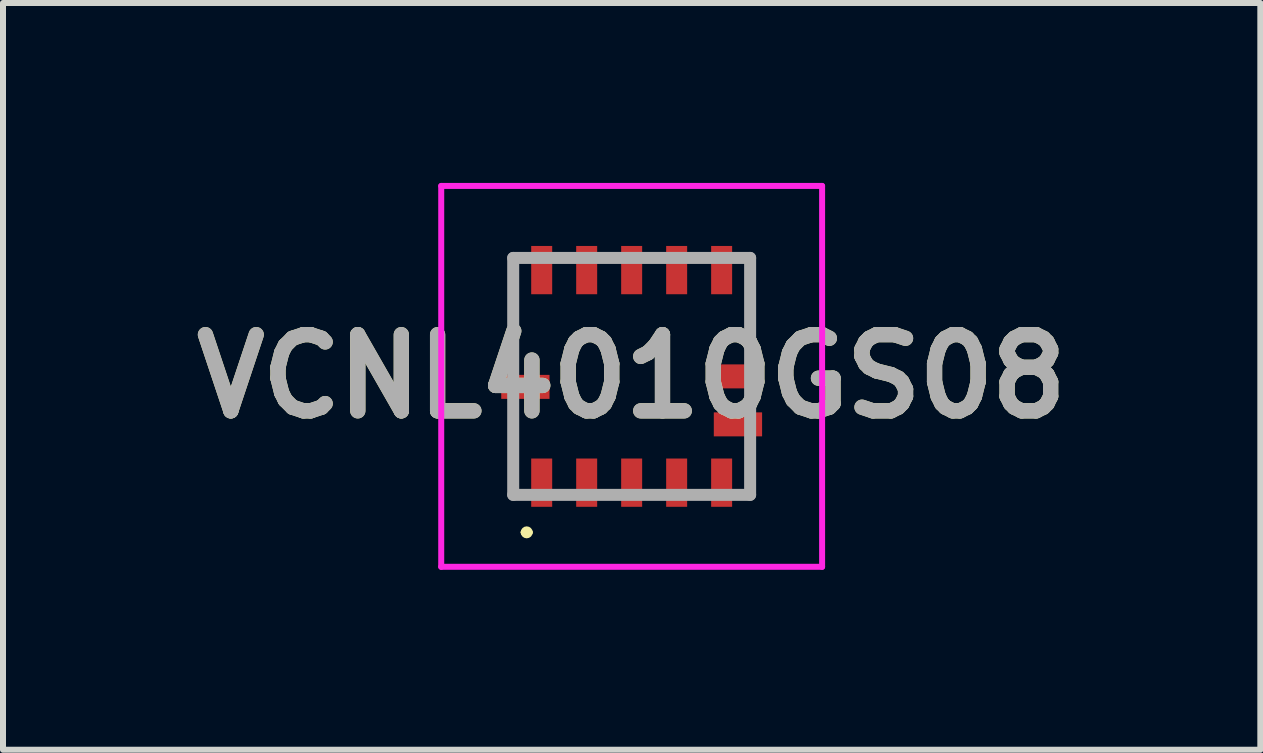
<source format=kicad_pcb>
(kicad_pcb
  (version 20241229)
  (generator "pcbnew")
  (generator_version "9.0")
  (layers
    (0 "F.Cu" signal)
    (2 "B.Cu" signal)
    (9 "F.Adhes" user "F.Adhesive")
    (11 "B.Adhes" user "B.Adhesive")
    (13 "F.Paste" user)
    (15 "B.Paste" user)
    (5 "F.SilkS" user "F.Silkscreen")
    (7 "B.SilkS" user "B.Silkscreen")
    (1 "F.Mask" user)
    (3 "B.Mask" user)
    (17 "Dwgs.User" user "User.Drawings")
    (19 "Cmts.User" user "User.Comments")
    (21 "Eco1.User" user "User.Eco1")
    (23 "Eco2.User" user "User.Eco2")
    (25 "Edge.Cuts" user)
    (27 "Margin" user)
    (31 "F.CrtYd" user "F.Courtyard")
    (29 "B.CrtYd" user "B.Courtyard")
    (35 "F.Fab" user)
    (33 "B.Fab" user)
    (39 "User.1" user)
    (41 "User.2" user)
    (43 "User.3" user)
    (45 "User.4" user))
  (footprint "VCNL4010GS08"
    (layer "F.Cu")
    (at 7.481 3.225)
    (property "Reference" "VCNL4010GS08" (at 0 0 0) (layer "F.SilkS") (effects (font (size 1.27 1.27) (thickness 0.254))))
    (attr smd)
    (fp_line (start -1.975 -2) (end -1.975 -0.2) (stroke (width 0.1) (type solid)) (layer "F.SilkS"))
    (fp_line (start -1.975 0.6) (end -2 2) (stroke (width 0.1) (type solid)) (layer "F.SilkS"))
    (fp_line (start -1.8 2.6) (end -1.8 2.6) (stroke (width 0.1) (type solid)) (layer "F.SilkS"))
    (fp_line (start -1.7 2.6) (end -1.7 2.6) (stroke (width 0.1) (type solid)) (layer "F.SilkS"))
    (fp_line (start 1.975 -2) (end 1.975 -0.4) (stroke (width 0.1) (type solid)) (layer "F.SilkS"))
    (fp_line (start 1.975 1.2) (end 1.975 2) (stroke (width 0.1) (type solid)) (layer "F.SilkS"))
    (fp_arc (start -1.8 2.6) (mid -1.75 2.55) (end -1.7 2.6) (stroke (width 0.1) (type solid)) (layer "F.SilkS"))
    (fp_arc (start -1.7 2.6) (mid -1.75 2.65) (end -1.8 2.6) (stroke (width 0.1) (type solid)) (layer "F.SilkS"))
    (fp_line (start -3.175 -3.175) (end 3.175 -3.175) (stroke (width 0.1) (type solid)) (layer "F.CrtYd"))
    (fp_line (start -3.175 3.175) (end -3.175 -3.175) (stroke (width 0.1) (type solid)) (layer "F.CrtYd"))
    (fp_line (start 3.175 -3.175) (end 3.175 3.175) (stroke (width 0.1) (type solid)) (layer "F.CrtYd"))
    (fp_line (start 3.175 3.175) (end -3.175 3.175) (stroke (width 0.1) (type solid)) (layer "F.CrtYd"))
    (fp_line (start -1.975 -1.975) (end 1.975 -1.975) (stroke (width 0.2) (type solid)) (layer "F.Fab"))
    (fp_line (start -1.975 1.975) (end -1.975 -1.975) (stroke (width 0.2) (type solid)) (layer "F.Fab"))
    (fp_line (start 1.975 -1.975) (end 1.975 1.975) (stroke (width 0.2) (type solid)) (layer "F.Fab"))
    (fp_line (start 1.975 1.975) (end -1.975 1.975) (stroke (width 0.2) (type solid)) (layer "F.Fab"))
    (fp_text user "${REFERENCE}" (at 0 0 0) (layer "F.Fab") (effects (font (size 1.27 1.27) (thickness 0.254))))
    (pad "1" smd rect (at -1.5 1.772) (size 0.35 0.805) (layers "F.Cu" "F.Mask" "F.Paste"))
    (pad "2" smd rect (at -0.75 1.772) (size 0.35 0.805) (layers "F.Cu" "F.Mask" "F.Paste"))
    (pad "3" smd rect (at 0 1.772) (size 0.35 0.805) (layers "F.Cu" "F.Mask" "F.Paste"))
    (pad "4" smd rect (at 0.75 1.772) (size 0.35 0.805) (layers "F.Cu" "F.Mask" "F.Paste"))
    (pad "5" smd rect (at 1.5 1.772) (size 0.35 0.805) (layers "F.Cu" "F.Mask" "F.Paste"))
    (pad "6" smd rect (at 1.772 0.8 90) (size 0.4 0.805) (layers "F.Cu" "F.Mask" "F.Paste"))
    (pad "7" smd rect (at 1.5 -1.772) (size 0.35 0.805) (layers "F.Cu" "F.Mask" "F.Paste"))
    (pad "8" smd rect (at 0.75 -1.772) (size 0.35 0.805) (layers "F.Cu" "F.Mask" "F.Paste"))
    (pad "9" smd rect (at 0 -1.772) (size 0.35 0.805) (layers "F.Cu" "F.Mask" "F.Paste"))
    (pad "10" smd rect (at -0.75 -1.772) (size 0.35 0.805) (layers "F.Cu" "F.Mask" "F.Paste"))
    (pad "11" smd rect (at -1.5 -1.772) (size 0.35 0.805) (layers "F.Cu" "F.Mask" "F.Paste"))
    (pad "12" smd rect (at -1.772 0.175 90) (size 0.4 0.805) (layers "F.Cu" "F.Mask" "F.Paste"))
    (pad "13" smd rect (at 1.772 0 90) (size 0.4 0.805) (layers "F.Cu" "F.Mask" "F.Paste")))
  (gr_rect
    (start -3 -3)
    (end 17.962 9.45)
    (stroke (width 0.1) (type default))
    (fill no)
    (layer "Edge.Cuts")))
</source>
